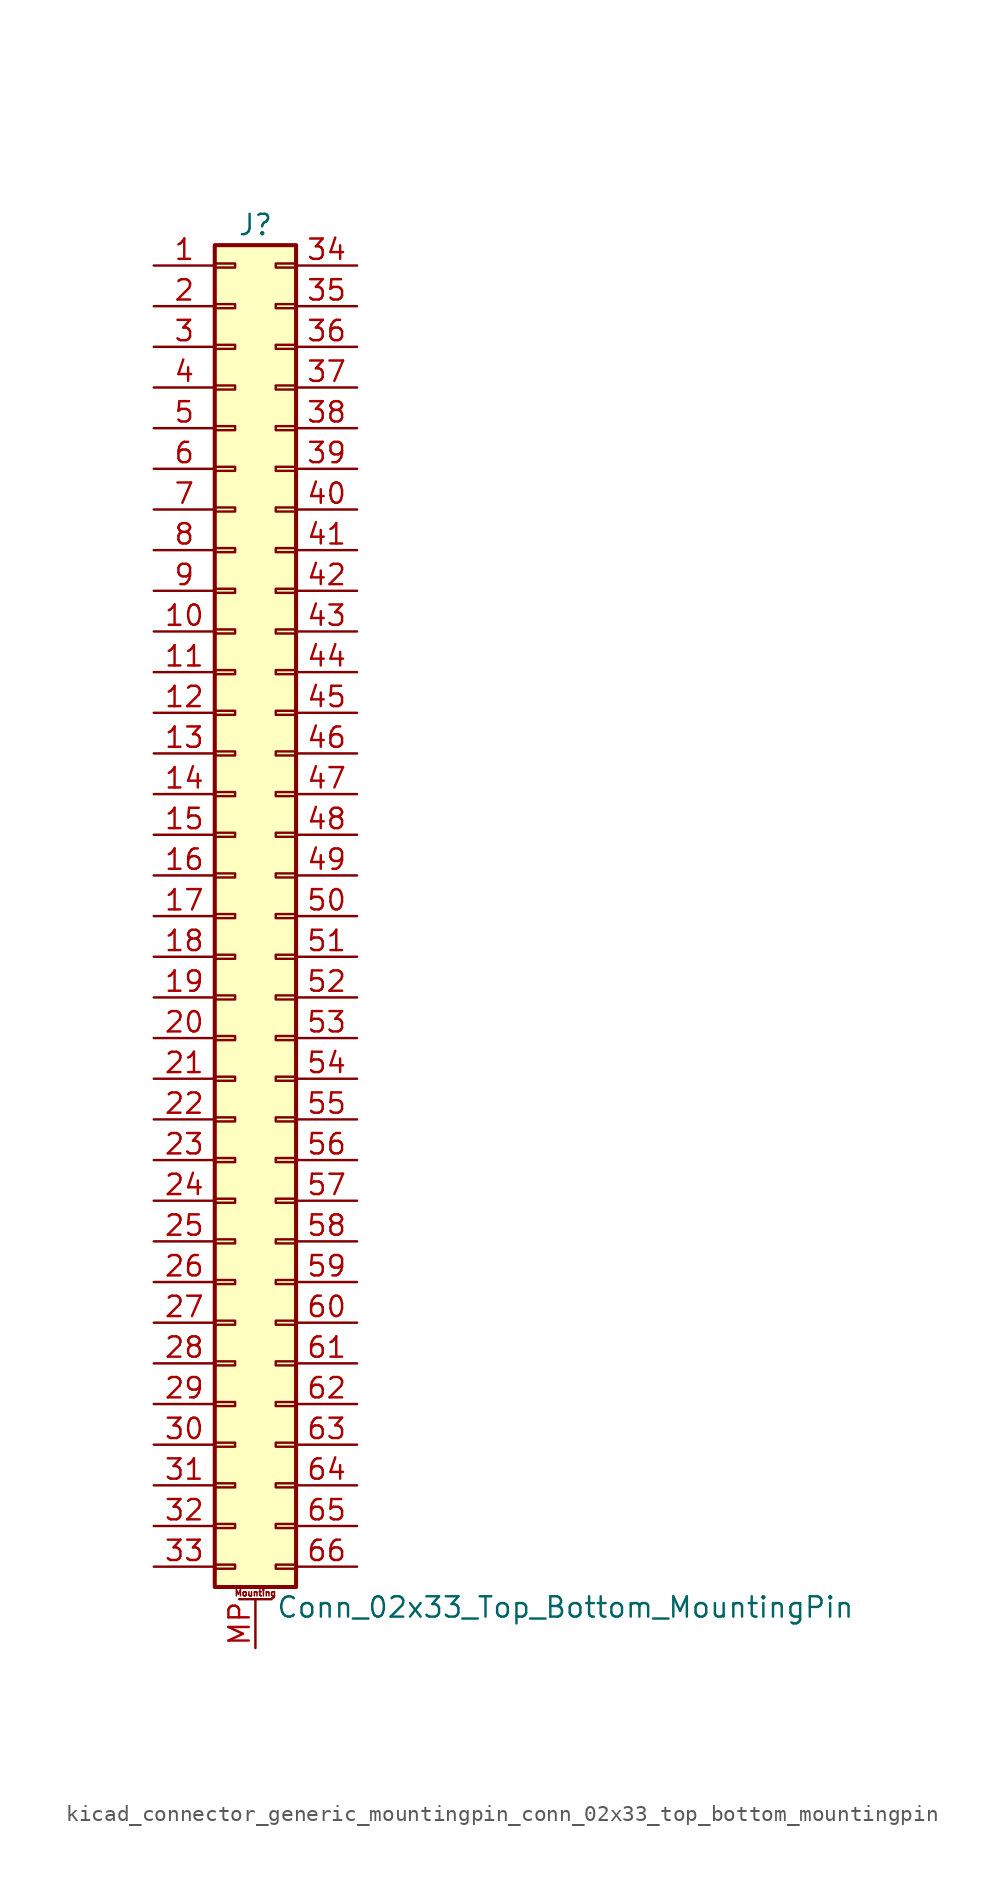
<source format=kicad_sym>
(kicad_symbol_lib
  (version 20220914)
  (generator kicad_symbol_editor)
  (symbol "kicad_connector_generic_mountingpin_conn_02x33_top_bottom_mountingpin"
    (pin_names
      (offset 1.016) hide)
    (property "Reference" "J"
      (at 1.27 43.18 0)
      (effects (font (size 1.27 1.27))))
    (property "Value" "Conn_02x33_Top_Bottom_MountingPin"
      (at 2.54 -43.18 0)
      (effects (font (size 1.27 1.27)) (justify left)))
    (symbol "kicad_connector_generic_mountingpin_conn_02x33_top_bottom_mountingpin_1_1"
      (rectangle (start -1.27 -40.513) (end 0 -40.767) (stroke (width 0.152) (type default)) (fill (type none)))
      (rectangle (start -1.27 -37.973) (end 0 -38.227) (stroke (width 0.152) (type default)) (fill (type none)))
      (rectangle (start -1.27 -35.433) (end 0 -35.687) (stroke (width 0.152) (type default)) (fill (type none)))
      (rectangle (start -1.27 -32.893) (end 0 -33.147) (stroke (width 0.152) (type default)) (fill (type none)))
      (rectangle (start -1.27 -30.353) (end 0 -30.607) (stroke (width 0.152) (type default)) (fill (type none)))
      (rectangle (start -1.27 -27.813) (end 0 -28.067) (stroke (width 0.152) (type default)) (fill (type none)))
      (rectangle (start -1.27 -25.273) (end 0 -25.527) (stroke (width 0.152) (type default)) (fill (type none)))
      (rectangle (start -1.27 -22.733) (end 0 -22.987) (stroke (width 0.152) (type default)) (fill (type none)))
      (rectangle (start -1.27 -20.193) (end 0 -20.447) (stroke (width 0.152) (type default)) (fill (type none)))
      (rectangle (start -1.27 -17.653) (end 0 -17.907) (stroke (width 0.152) (type default)) (fill (type none)))
      (rectangle (start -1.27 -15.113) (end 0 -15.367) (stroke (width 0.152) (type default)) (fill (type none)))
      (rectangle (start -1.27 -12.573) (end 0 -12.827) (stroke (width 0.152) (type default)) (fill (type none)))
      (rectangle (start -1.27 -10.033) (end 0 -10.287) (stroke (width 0.152) (type default)) (fill (type none)))
      (rectangle (start -1.27 -7.493) (end 0 -7.747) (stroke (width 0.152) (type default)) (fill (type none)))
      (rectangle (start -1.27 -4.953) (end 0 -5.207) (stroke (width 0.152) (type default)) (fill (type none)))
      (rectangle (start -1.27 -2.413) (end 0 -2.667) (stroke (width 0.152) (type default)) (fill (type none)))
      (rectangle (start -1.27 0.127) (end 0 -0.127) (stroke (width 0.152) (type default)) (fill (type none)))
      (rectangle (start -1.27 2.667) (end 0 2.413) (stroke (width 0.152) (type default)) (fill (type none)))
      (rectangle (start -1.27 5.207) (end 0 4.953) (stroke (width 0.152) (type default)) (fill (type none)))
      (rectangle (start -1.27 7.747) (end 0 7.493) (stroke (width 0.152) (type default)) (fill (type none)))
      (rectangle (start -1.27 10.287) (end 0 10.033) (stroke (width 0.152) (type default)) (fill (type none)))
      (rectangle (start -1.27 12.827) (end 0 12.573) (stroke (width 0.152) (type default)) (fill (type none)))
      (rectangle (start -1.27 15.367) (end 0 15.113) (stroke (width 0.152) (type default)) (fill (type none)))
      (rectangle (start -1.27 17.907) (end 0 17.653) (stroke (width 0.152) (type default)) (fill (type none)))
      (rectangle (start -1.27 20.447) (end 0 20.193) (stroke (width 0.152) (type default)) (fill (type none)))
      (rectangle (start -1.27 22.987) (end 0 22.733) (stroke (width 0.152) (type default)) (fill (type none)))
      (rectangle (start -1.27 25.527) (end 0 25.273) (stroke (width 0.152) (type default)) (fill (type none)))
      (rectangle (start -1.27 28.067) (end 0 27.813) (stroke (width 0.152) (type default)) (fill (type none)))
      (rectangle (start -1.27 30.607) (end 0 30.353) (stroke (width 0.152) (type default)) (fill (type none)))
      (rectangle (start -1.27 33.147) (end 0 32.893) (stroke (width 0.152) (type default)) (fill (type none)))
      (rectangle (start -1.27 35.687) (end 0 35.433) (stroke (width 0.152) (type default)) (fill (type none)))
      (rectangle (start -1.27 38.227) (end 0 37.973) (stroke (width 0.152) (type default)) (fill (type none)))
      (rectangle (start -1.27 40.767) (end 0 40.513) (stroke (width 0.152) (type default)) (fill (type none)))
      (rectangle (start -1.27 41.91) (end 3.81 -41.91) (stroke (width 0.254) (type default)) (fill (type background)))
      (polyline (pts (xy 0.254 -42.672) (xy 2.286 -42.672)) (stroke (width 0.152) (type default)) (fill (type none)))
      (rectangle (start 3.81 -40.513) (end 2.54 -40.767) (stroke (width 0.152) (type default)) (fill (type none)))
      (rectangle (start 3.81 -37.973) (end 2.54 -38.227) (stroke (width 0.152) (type default)) (fill (type none)))
      (rectangle (start 3.81 -35.433) (end 2.54 -35.687) (stroke (width 0.152) (type default)) (fill (type none)))
      (rectangle (start 3.81 -32.893) (end 2.54 -33.147) (stroke (width 0.152) (type default)) (fill (type none)))
      (rectangle (start 3.81 -30.353) (end 2.54 -30.607) (stroke (width 0.152) (type default)) (fill (type none)))
      (rectangle (start 3.81 -27.813) (end 2.54 -28.067) (stroke (width 0.152) (type default)) (fill (type none)))
      (rectangle (start 3.81 -25.273) (end 2.54 -25.527) (stroke (width 0.152) (type default)) (fill (type none)))
      (rectangle (start 3.81 -22.733) (end 2.54 -22.987) (stroke (width 0.152) (type default)) (fill (type none)))
      (rectangle (start 3.81 -20.193) (end 2.54 -20.447) (stroke (width 0.152) (type default)) (fill (type none)))
      (rectangle (start 3.81 -17.653) (end 2.54 -17.907) (stroke (width 0.152) (type default)) (fill (type none)))
      (rectangle (start 3.81 -15.113) (end 2.54 -15.367) (stroke (width 0.152) (type default)) (fill (type none)))
      (rectangle (start 3.81 -12.573) (end 2.54 -12.827) (stroke (width 0.152) (type default)) (fill (type none)))
      (rectangle (start 3.81 -10.033) (end 2.54 -10.287) (stroke (width 0.152) (type default)) (fill (type none)))
      (rectangle (start 3.81 -7.493) (end 2.54 -7.747) (stroke (width 0.152) (type default)) (fill (type none)))
      (rectangle (start 3.81 -4.953) (end 2.54 -5.207) (stroke (width 0.152) (type default)) (fill (type none)))
      (rectangle (start 3.81 -2.413) (end 2.54 -2.667) (stroke (width 0.152) (type default)) (fill (type none)))
      (rectangle (start 3.81 0.127) (end 2.54 -0.127) (stroke (width 0.152) (type default)) (fill (type none)))
      (rectangle (start 3.81 2.667) (end 2.54 2.413) (stroke (width 0.152) (type default)) (fill (type none)))
      (rectangle (start 3.81 5.207) (end 2.54 4.953) (stroke (width 0.152) (type default)) (fill (type none)))
      (rectangle (start 3.81 7.747) (end 2.54 7.493) (stroke (width 0.152) (type default)) (fill (type none)))
      (rectangle (start 3.81 10.287) (end 2.54 10.033) (stroke (width 0.152) (type default)) (fill (type none)))
      (rectangle (start 3.81 12.827) (end 2.54 12.573) (stroke (width 0.152) (type default)) (fill (type none)))
      (rectangle (start 3.81 15.367) (end 2.54 15.113) (stroke (width 0.152) (type default)) (fill (type none)))
      (rectangle (start 3.81 17.907) (end 2.54 17.653) (stroke (width 0.152) (type default)) (fill (type none)))
      (rectangle (start 3.81 20.447) (end 2.54 20.193) (stroke (width 0.152) (type default)) (fill (type none)))
      (rectangle (start 3.81 22.987) (end 2.54 22.733) (stroke (width 0.152) (type default)) (fill (type none)))
      (rectangle (start 3.81 25.527) (end 2.54 25.273) (stroke (width 0.152) (type default)) (fill (type none)))
      (rectangle (start 3.81 28.067) (end 2.54 27.813) (stroke (width 0.152) (type default)) (fill (type none)))
      (rectangle (start 3.81 30.607) (end 2.54 30.353) (stroke (width 0.152) (type default)) (fill (type none)))
      (rectangle (start 3.81 33.147) (end 2.54 32.893) (stroke (width 0.152) (type default)) (fill (type none)))
      (rectangle (start 3.81 35.687) (end 2.54 35.433) (stroke (width 0.152) (type default)) (fill (type none)))
      (rectangle (start 3.81 38.227) (end 2.54 37.973) (stroke (width 0.152) (type default)) (fill (type none)))
      (rectangle (start 3.81 40.767) (end 2.54 40.513) (stroke (width 0.152) (type default)) (fill (type none)))
      (text "Mounting" (at 1.27 -42.291 0) (effects (font (size 0.381 0.381))))
      (pin passive line (at -5.08 40.64 0) (length 3.81) (name "Pin_1" (effects (font (size 1.27 1.27)))) (number "1" (effects (font (size 1.27 1.27)))))
      (pin passive line (at -5.08 17.78 0) (length 3.81) (name "Pin_10" (effects (font (size 1.27 1.27)))) (number "10" (effects (font (size 1.27 1.27)))))
      (pin passive line (at -5.08 15.24 0) (length 3.81) (name "Pin_11" (effects (font (size 1.27 1.27)))) (number "11" (effects (font (size 1.27 1.27)))))
      (pin passive line (at -5.08 12.7 0) (length 3.81) (name "Pin_12" (effects (font (size 1.27 1.27)))) (number "12" (effects (font (size 1.27 1.27)))))
      (pin passive line (at -5.08 10.16 0) (length 3.81) (name "Pin_13" (effects (font (size 1.27 1.27)))) (number "13" (effects (font (size 1.27 1.27)))))
      (pin passive line (at -5.08 7.62 0) (length 3.81) (name "Pin_14" (effects (font (size 1.27 1.27)))) (number "14" (effects (font (size 1.27 1.27)))))
      (pin passive line (at -5.08 5.08 0) (length 3.81) (name "Pin_15" (effects (font (size 1.27 1.27)))) (number "15" (effects (font (size 1.27 1.27)))))
      (pin passive line (at -5.08 2.54 0) (length 3.81) (name "Pin_16" (effects (font (size 1.27 1.27)))) (number "16" (effects (font (size 1.27 1.27)))))
      (pin passive line (at -5.08 0 0) (length 3.81) (name "Pin_17" (effects (font (size 1.27 1.27)))) (number "17" (effects (font (size 1.27 1.27)))))
      (pin passive line (at -5.08 -2.54 0) (length 3.81) (name "Pin_18" (effects (font (size 1.27 1.27)))) (number "18" (effects (font (size 1.27 1.27)))))
      (pin passive line (at -5.08 -5.08 0) (length 3.81) (name "Pin_19" (effects (font (size 1.27 1.27)))) (number "19" (effects (font (size 1.27 1.27)))))
      (pin passive line (at -5.08 38.1 0) (length 3.81) (name "Pin_2" (effects (font (size 1.27 1.27)))) (number "2" (effects (font (size 1.27 1.27)))))
      (pin passive line (at -5.08 -7.62 0) (length 3.81) (name "Pin_20" (effects (font (size 1.27 1.27)))) (number "20" (effects (font (size 1.27 1.27)))))
      (pin passive line (at -5.08 -10.16 0) (length 3.81) (name "Pin_21" (effects (font (size 1.27 1.27)))) (number "21" (effects (font (size 1.27 1.27)))))
      (pin passive line (at -5.08 -12.7 0) (length 3.81) (name "Pin_22" (effects (font (size 1.27 1.27)))) (number "22" (effects (font (size 1.27 1.27)))))
      (pin passive line (at -5.08 -15.24 0) (length 3.81) (name "Pin_23" (effects (font (size 1.27 1.27)))) (number "23" (effects (font (size 1.27 1.27)))))
      (pin passive line (at -5.08 -17.78 0) (length 3.81) (name "Pin_24" (effects (font (size 1.27 1.27)))) (number "24" (effects (font (size 1.27 1.27)))))
      (pin passive line (at -5.08 -20.32 0) (length 3.81) (name "Pin_25" (effects (font (size 1.27 1.27)))) (number "25" (effects (font (size 1.27 1.27)))))
      (pin passive line (at -5.08 -22.86 0) (length 3.81) (name "Pin_26" (effects (font (size 1.27 1.27)))) (number "26" (effects (font (size 1.27 1.27)))))
      (pin passive line (at -5.08 -25.4 0) (length 3.81) (name "Pin_27" (effects (font (size 1.27 1.27)))) (number "27" (effects (font (size 1.27 1.27)))))
      (pin passive line (at -5.08 -27.94 0) (length 3.81) (name "Pin_28" (effects (font (size 1.27 1.27)))) (number "28" (effects (font (size 1.27 1.27)))))
      (pin passive line (at -5.08 -30.48 0) (length 3.81) (name "Pin_29" (effects (font (size 1.27 1.27)))) (number "29" (effects (font (size 1.27 1.27)))))
      (pin passive line (at -5.08 35.56 0) (length 3.81) (name "Pin_3" (effects (font (size 1.27 1.27)))) (number "3" (effects (font (size 1.27 1.27)))))
      (pin passive line (at -5.08 -33.02 0) (length 3.81) (name "Pin_30" (effects (font (size 1.27 1.27)))) (number "30" (effects (font (size 1.27 1.27)))))
      (pin passive line (at -5.08 -35.56 0) (length 3.81) (name "Pin_31" (effects (font (size 1.27 1.27)))) (number "31" (effects (font (size 1.27 1.27)))))
      (pin passive line (at -5.08 -38.1 0) (length 3.81) (name "Pin_32" (effects (font (size 1.27 1.27)))) (number "32" (effects (font (size 1.27 1.27)))))
      (pin passive line (at -5.08 -40.64 0) (length 3.81) (name "Pin_33" (effects (font (size 1.27 1.27)))) (number "33" (effects (font (size 1.27 1.27)))))
      (pin passive line (at 7.62 40.64 180) (length 3.81) (name "Pin_34" (effects (font (size 1.27 1.27)))) (number "34" (effects (font (size 1.27 1.27)))))
      (pin passive line (at 7.62 38.1 180) (length 3.81) (name "Pin_35" (effects (font (size 1.27 1.27)))) (number "35" (effects (font (size 1.27 1.27)))))
      (pin passive line (at 7.62 35.56 180) (length 3.81) (name "Pin_36" (effects (font (size 1.27 1.27)))) (number "36" (effects (font (size 1.27 1.27)))))
      (pin passive line (at 7.62 33.02 180) (length 3.81) (name "Pin_37" (effects (font (size 1.27 1.27)))) (number "37" (effects (font (size 1.27 1.27)))))
      (pin passive line (at 7.62 30.48 180) (length 3.81) (name "Pin_38" (effects (font (size 1.27 1.27)))) (number "38" (effects (font (size 1.27 1.27)))))
      (pin passive line (at 7.62 27.94 180) (length 3.81) (name "Pin_39" (effects (font (size 1.27 1.27)))) (number "39" (effects (font (size 1.27 1.27)))))
      (pin passive line (at -5.08 33.02 0) (length 3.81) (name "Pin_4" (effects (font (size 1.27 1.27)))) (number "4" (effects (font (size 1.27 1.27)))))
      (pin passive line (at 7.62 25.4 180) (length 3.81) (name "Pin_40" (effects (font (size 1.27 1.27)))) (number "40" (effects (font (size 1.27 1.27)))))
      (pin passive line (at 7.62 22.86 180) (length 3.81) (name "Pin_41" (effects (font (size 1.27 1.27)))) (number "41" (effects (font (size 1.27 1.27)))))
      (pin passive line (at 7.62 20.32 180) (length 3.81) (name "Pin_42" (effects (font (size 1.27 1.27)))) (number "42" (effects (font (size 1.27 1.27)))))
      (pin passive line (at 7.62 17.78 180) (length 3.81) (name "Pin_43" (effects (font (size 1.27 1.27)))) (number "43" (effects (font (size 1.27 1.27)))))
      (pin passive line (at 7.62 15.24 180) (length 3.81) (name "Pin_44" (effects (font (size 1.27 1.27)))) (number "44" (effects (font (size 1.27 1.27)))))
      (pin passive line (at 7.62 12.7 180) (length 3.81) (name "Pin_45" (effects (font (size 1.27 1.27)))) (number "45" (effects (font (size 1.27 1.27)))))
      (pin passive line (at 7.62 10.16 180) (length 3.81) (name "Pin_46" (effects (font (size 1.27 1.27)))) (number "46" (effects (font (size 1.27 1.27)))))
      (pin passive line (at 7.62 7.62 180) (length 3.81) (name "Pin_47" (effects (font (size 1.27 1.27)))) (number "47" (effects (font (size 1.27 1.27)))))
      (pin passive line (at 7.62 5.08 180) (length 3.81) (name "Pin_48" (effects (font (size 1.27 1.27)))) (number "48" (effects (font (size 1.27 1.27)))))
      (pin passive line (at 7.62 2.54 180) (length 3.81) (name "Pin_49" (effects (font (size 1.27 1.27)))) (number "49" (effects (font (size 1.27 1.27)))))
      (pin passive line (at -5.08 30.48 0) (length 3.81) (name "Pin_5" (effects (font (size 1.27 1.27)))) (number "5" (effects (font (size 1.27 1.27)))))
      (pin passive line (at 7.62 0 180) (length 3.81) (name "Pin_50" (effects (font (size 1.27 1.27)))) (number "50" (effects (font (size 1.27 1.27)))))
      (pin passive line (at 7.62 -2.54 180) (length 3.81) (name "Pin_51" (effects (font (size 1.27 1.27)))) (number "51" (effects (font (size 1.27 1.27)))))
      (pin passive line (at 7.62 -5.08 180) (length 3.81) (name "Pin_52" (effects (font (size 1.27 1.27)))) (number "52" (effects (font (size 1.27 1.27)))))
      (pin passive line (at 7.62 -7.62 180) (length 3.81) (name "Pin_53" (effects (font (size 1.27 1.27)))) (number "53" (effects (font (size 1.27 1.27)))))
      (pin passive line (at 7.62 -10.16 180) (length 3.81) (name "Pin_54" (effects (font (size 1.27 1.27)))) (number "54" (effects (font (size 1.27 1.27)))))
      (pin passive line (at 7.62 -12.7 180) (length 3.81) (name "Pin_55" (effects (font (size 1.27 1.27)))) (number "55" (effects (font (size 1.27 1.27)))))
      (pin passive line (at 7.62 -15.24 180) (length 3.81) (name "Pin_56" (effects (font (size 1.27 1.27)))) (number "56" (effects (font (size 1.27 1.27)))))
      (pin passive line (at 7.62 -17.78 180) (length 3.81) (name "Pin_57" (effects (font (size 1.27 1.27)))) (number "57" (effects (font (size 1.27 1.27)))))
      (pin passive line (at 7.62 -20.32 180) (length 3.81) (name "Pin_58" (effects (font (size 1.27 1.27)))) (number "58" (effects (font (size 1.27 1.27)))))
      (pin passive line (at 7.62 -22.86 180) (length 3.81) (name "Pin_59" (effects (font (size 1.27 1.27)))) (number "59" (effects (font (size 1.27 1.27)))))
      (pin passive line (at -5.08 27.94 0) (length 3.81) (name "Pin_6" (effects (font (size 1.27 1.27)))) (number "6" (effects (font (size 1.27 1.27)))))
      (pin passive line (at 7.62 -25.4 180) (length 3.81) (name "Pin_60" (effects (font (size 1.27 1.27)))) (number "60" (effects (font (size 1.27 1.27)))))
      (pin passive line (at 7.62 -27.94 180) (length 3.81) (name "Pin_61" (effects (font (size 1.27 1.27)))) (number "61" (effects (font (size 1.27 1.27)))))
      (pin passive line (at 7.62 -30.48 180) (length 3.81) (name "Pin_62" (effects (font (size 1.27 1.27)))) (number "62" (effects (font (size 1.27 1.27)))))
      (pin passive line (at 7.62 -33.02 180) (length 3.81) (name "Pin_63" (effects (font (size 1.27 1.27)))) (number "63" (effects (font (size 1.27 1.27)))))
      (pin passive line (at 7.62 -35.56 180) (length 3.81) (name "Pin_64" (effects (font (size 1.27 1.27)))) (number "64" (effects (font (size 1.27 1.27)))))
      (pin passive line (at 7.62 -38.1 180) (length 3.81) (name "Pin_65" (effects (font (size 1.27 1.27)))) (number "65" (effects (font (size 1.27 1.27)))))
      (pin passive line (at 7.62 -40.64 180) (length 3.81) (name "Pin_66" (effects (font (size 1.27 1.27)))) (number "66" (effects (font (size 1.27 1.27)))))
      (pin passive line (at -5.08 25.4 0) (length 3.81) (name "Pin_7" (effects (font (size 1.27 1.27)))) (number "7" (effects (font (size 1.27 1.27)))))
      (pin passive line (at -5.08 22.86 0) (length 3.81) (name "Pin_8" (effects (font (size 1.27 1.27)))) (number "8" (effects (font (size 1.27 1.27)))))
      (pin passive line (at -5.08 20.32 0) (length 3.81) (name "Pin_9" (effects (font (size 1.27 1.27)))) (number "9" (effects (font (size 1.27 1.27)))))
      (pin passive line (at 1.27 -45.72 90) (length 3.048) (name "MountPin" (effects (font (size 1.27 1.27)))) (number "MP" (effects (font (size 1.27 1.27))))))))
</source>
